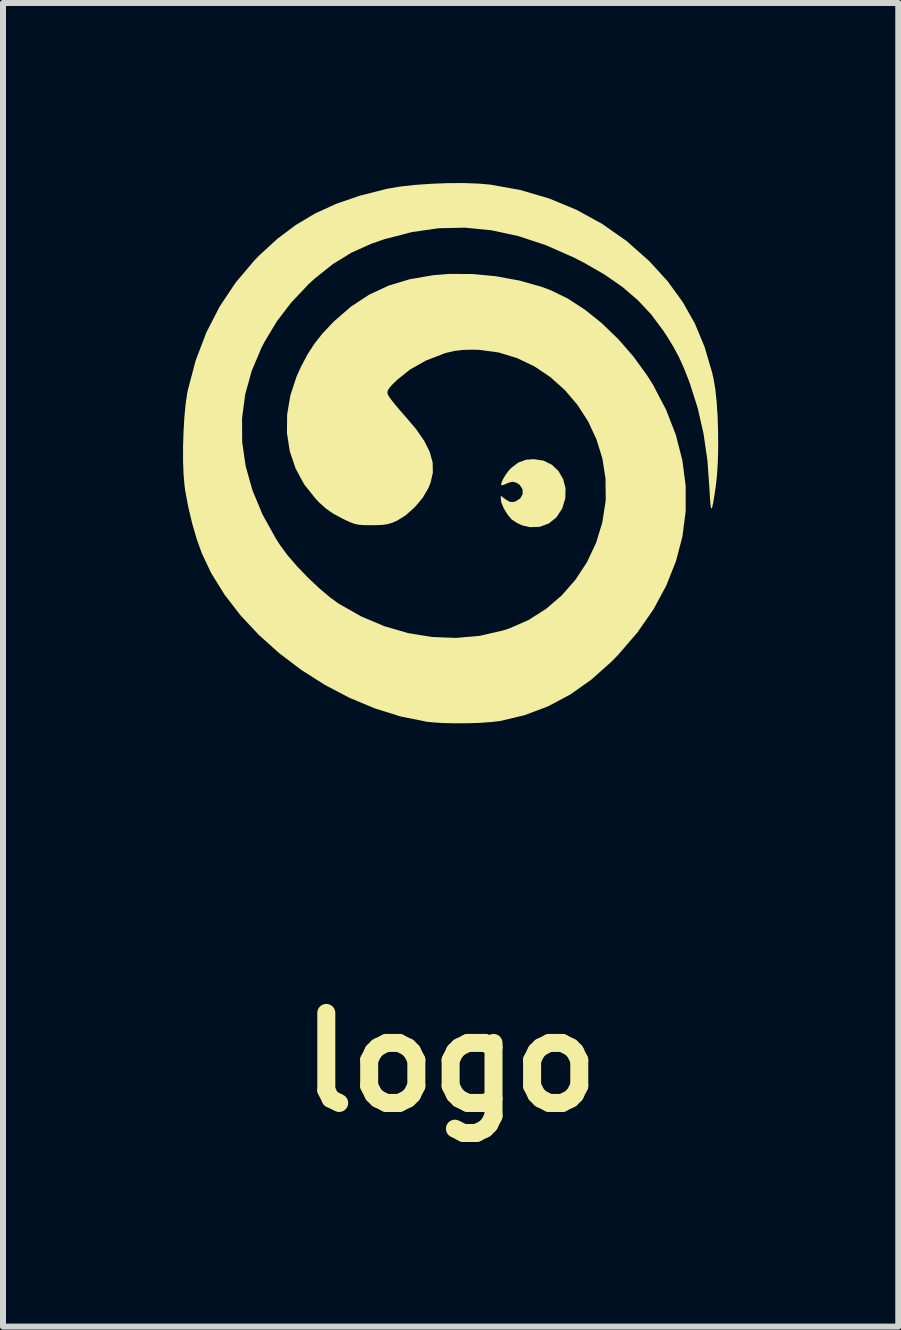
<source format=kicad_pcb>
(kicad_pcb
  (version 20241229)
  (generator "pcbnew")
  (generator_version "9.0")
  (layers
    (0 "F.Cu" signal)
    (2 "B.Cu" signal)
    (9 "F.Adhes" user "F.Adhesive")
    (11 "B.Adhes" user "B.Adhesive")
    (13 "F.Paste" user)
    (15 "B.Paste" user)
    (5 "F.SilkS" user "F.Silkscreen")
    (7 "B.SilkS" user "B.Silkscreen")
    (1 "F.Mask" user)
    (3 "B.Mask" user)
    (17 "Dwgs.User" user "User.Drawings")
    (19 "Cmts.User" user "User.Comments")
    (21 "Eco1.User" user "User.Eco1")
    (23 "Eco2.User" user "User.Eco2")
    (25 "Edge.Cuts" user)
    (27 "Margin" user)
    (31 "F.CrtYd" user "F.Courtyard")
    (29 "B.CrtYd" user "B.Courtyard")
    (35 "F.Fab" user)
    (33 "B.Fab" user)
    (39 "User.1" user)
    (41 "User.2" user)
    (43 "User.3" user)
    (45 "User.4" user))
  (footprint "logo"
    (layer "F.Cu")
    (at 4.458 4.488)
    (property "Reference" "logo" (at 0 10.16 0) (layer "F.SilkS") (effects (font (size 1.5 1.5) (thickness 0.3))))
    (attr board_only exclude_from_pos_files exclude_from_bom)
    (fp_poly (pts (xy 1.546 0.136) (xy 1.686 0.205) (xy 1.797 0.31) (xy 1.874 0.443) (xy 1.914 0.596) (xy 1.911 0.761) (xy 1.861 0.929) (xy 1.857 0.937) (xy 1.762 1.082) (xy 1.635 1.184) (xy 1.486 1.239) (xy 1.321 1.245) (xy 1.189 1.214) (xy 1.099 1.172) (xy 1.02 1.118) (xy 1.012 1.111) (xy 0.945 1.031) (xy 0.886 0.933) (xy 0.846 0.838) (xy 0.836 0.781) (xy 0.836 0.723) (xy 0.917 0.783) (xy 0.985 0.823) (xy 1.046 0.825) (xy 1.078 0.817) (xy 1.16 0.766) (xy 1.2 0.694) (xy 1.198 0.614) (xy 1.152 0.541) (xy 1.095 0.504) (xy 1.03 0.488) (xy 0.961 0.506) (xy 0.941 0.515) (xy 0.881 0.541) (xy 0.846 0.548) (xy 0.844 0.547) (xy 0.844 0.511) (xy 0.871 0.448) (xy 0.916 0.372) (xy 0.971 0.298) (xy 1.007 0.26) (xy 1.127 0.169) (xy 1.254 0.122) (xy 1.383 0.112)) (stroke (width 0) (type solid)) (fill yes) (layer "F.SilkS"))
    (fp_poly (pts (xy 0.47 -4.479) (xy 0.661 -4.462) (xy 1.159 -4.373) (xy 1.639 -4.232) (xy 2.096 -4.043) (xy 2.527 -3.806) (xy 2.93 -3.524) (xy 3.299 -3.197) (xy 3.318 -3.179) (xy 3.618 -2.849) (xy 3.867 -2.506) (xy 4.071 -2.144) (xy 4.233 -1.753) (xy 4.358 -1.326) (xy 4.382 -1.221) (xy 4.41 -1.052) (xy 4.432 -0.842) (xy 4.448 -0.602) (xy 4.456 -0.347) (xy 4.458 -0.09) (xy 4.452 0.156) (xy 4.438 0.378) (xy 4.422 0.53) (xy 4.395 0.713) (xy 4.374 0.842) (xy 4.357 0.916) (xy 4.344 0.938) (xy 4.334 0.907) (xy 4.325 0.823) (xy 4.317 0.689) (xy 4.313 0.613) (xy 4.278 0.13) (xy 4.213 -0.315) (xy 4.117 -0.736) (xy 3.988 -1.144) (xy 3.969 -1.195) (xy 3.885 -1.409) (xy 3.803 -1.59) (xy 3.711 -1.761) (xy 3.6 -1.942) (xy 3.541 -2.031) (xy 3.343 -2.297) (xy 3.118 -2.537) (xy 2.861 -2.758) (xy 2.564 -2.964) (xy 2.221 -3.161) (xy 2.049 -3.249) (xy 1.584 -3.454) (xy 1.13 -3.604) (xy 0.682 -3.701) (xy 0.239 -3.745) (xy -0.203 -3.735) (xy -0.647 -3.671) (xy -1.095 -3.555) (xy -1.322 -3.477) (xy -1.652 -3.329) (xy -1.965 -3.136) (xy -2.268 -2.894) (xy -2.375 -2.795) (xy -2.658 -2.495) (xy -2.897 -2.182) (xy -3.101 -1.841) (xy -3.152 -1.743) (xy -3.315 -1.357) (xy -3.423 -0.966) (xy -3.475 -0.571) (xy -3.473 -0.172) (xy -3.415 0.229) (xy -3.302 0.63) (xy -3.135 1.032) (xy -2.913 1.433) (xy -2.84 1.547) (xy -2.714 1.717) (xy -2.555 1.901) (xy -2.376 2.087) (xy -2.189 2.263) (xy -2.008 2.416) (xy -1.861 2.522) (xy -1.49 2.732) (xy -1.105 2.895) (xy -0.708 3.01) (xy -0.308 3.075) (xy 0.093 3.09) (xy 0.487 3.055) (xy 0.869 2.967) (xy 0.977 2.932) (xy 1.296 2.793) (xy 1.589 2.607) (xy 1.852 2.381) (xy 2.081 2.119) (xy 2.272 1.827) (xy 2.422 1.509) (xy 2.526 1.171) (xy 2.581 0.818) (xy 2.584 0.775) (xy 2.58 0.433) (xy 2.528 0.1) (xy 2.43 -0.217) (xy 2.291 -0.516) (xy 2.114 -0.791) (xy 1.903 -1.039) (xy 1.663 -1.254) (xy 1.397 -1.433) (xy 1.109 -1.571) (xy 0.802 -1.665) (xy 0.481 -1.709) (xy 0.376 -1.712) (xy 0.204 -1.708) (xy 0.063 -1.691) (xy -0.069 -1.66) (xy -0.101 -1.651) (xy -0.409 -1.532) (xy -0.677 -1.381) (xy -0.886 -1.214) (xy -0.975 -1.128) (xy -1.027 -1.067) (xy -1.051 -1.022) (xy -1.053 -0.983) (xy -1.051 -0.974) (xy -1.026 -0.929) (xy -0.971 -0.854) (xy -0.892 -0.757) (xy -0.797 -0.647) (xy -0.766 -0.613) (xy -0.579 -0.393) (xy -0.44 -0.193) (xy -0.348 -0.008) (xy -0.3 0.166) (xy -0.296 0.335) (xy -0.334 0.503) (xy -0.37 0.593) (xy -0.466 0.756) (xy -0.597 0.912) (xy -0.747 1.046) (xy -0.889 1.135) (xy -0.973 1.172) (xy -1.049 1.195) (xy -1.137 1.207) (xy -1.254 1.212) (xy -1.313 1.212) (xy -1.44 1.211) (xy -1.532 1.205) (xy -1.61 1.187) (xy -1.693 1.155) (xy -1.803 1.102) (xy -1.817 1.095) (xy -1.96 1.017) (xy -2.078 0.935) (xy -2.193 0.831) (xy -2.247 0.774) (xy -2.44 0.533) (xy -2.584 0.266) (xy -2.68 -0.02) (xy -2.727 -0.321) (xy -2.724 -0.632) (xy -2.671 -0.948) (xy -2.567 -1.266) (xy -2.491 -1.433) (xy -2.382 -1.638) (xy -2.269 -1.812) (xy -2.141 -1.975) (xy -1.983 -2.144) (xy -1.938 -2.189) (xy -1.659 -2.431) (xy -1.36 -2.627) (xy -1.037 -2.778) (xy -0.684 -2.885) (xy -0.298 -2.952) (xy -0.028 -2.974) (xy 0.361 -2.973) (xy 0.758 -2.935) (xy 1.148 -2.863) (xy 1.514 -2.76) (xy 1.664 -2.704) (xy 1.95 -2.565) (xy 2.238 -2.378) (xy 2.522 -2.15) (xy 2.794 -1.887) (xy 3.047 -1.596) (xy 3.273 -1.284) (xy 3.371 -1.129) (xy 3.589 -0.712) (xy 3.753 -0.29) (xy 3.861 0.134) (xy 3.916 0.558) (xy 3.916 0.98) (xy 3.862 1.399) (xy 3.754 1.812) (xy 3.593 2.218) (xy 3.379 2.615) (xy 3.112 2.999) (xy 2.792 3.371) (xy 2.68 3.486) (xy 2.342 3.787) (xy 1.99 4.035) (xy 1.62 4.232) (xy 1.23 4.378) (xy 0.826 4.474) (xy 0.679 4.492) (xy 0.492 4.505) (xy 0.284 4.512) (xy 0.069 4.513) (xy -0.136 4.508) (xy -0.314 4.496) (xy -0.403 4.486) (xy -0.833 4.399) (xy -1.262 4.265) (xy -1.684 4.089) (xy -2.094 3.874) (xy -2.486 3.625) (xy -2.855 3.346) (xy -3.196 3.04) (xy -3.502 2.713) (xy -3.768 2.368) (xy -3.99 2.009) (xy -4.146 1.679) (xy -4.229 1.448) (xy -4.306 1.183) (xy -4.372 0.907) (xy -4.421 0.644) (xy -4.434 0.549) (xy -4.45 0.364) (xy -4.458 0.142) (xy -4.458 -0.1) (xy -4.45 -0.35) (xy -4.436 -0.591) (xy -4.415 -0.81) (xy -4.388 -0.993) (xy -4.379 -1.037) (xy -4.247 -1.535) (xy -4.07 -1.999) (xy -3.848 -2.431) (xy -3.581 -2.831) (xy -3.269 -3.2) (xy -3.18 -3.291) (xy -2.886 -3.56) (xy -2.581 -3.789) (xy -2.257 -3.982) (xy -1.905 -4.143) (xy -1.518 -4.276) (xy -1.087 -4.386) (xy -1.046 -4.395) (xy -0.84 -4.43) (xy -0.595 -4.457) (xy -0.326 -4.476) (xy -0.048 -4.487) (xy 0.223 -4.488)) (stroke (width 0) (type solid)) (fill yes) (layer "F.SilkS")))
  (gr_rect
    (start -3 -3)
    (end 11.916 19.052)
    (stroke (width 0.1) (type default))
    (fill no)
    (layer "Edge.Cuts")))
</source>
